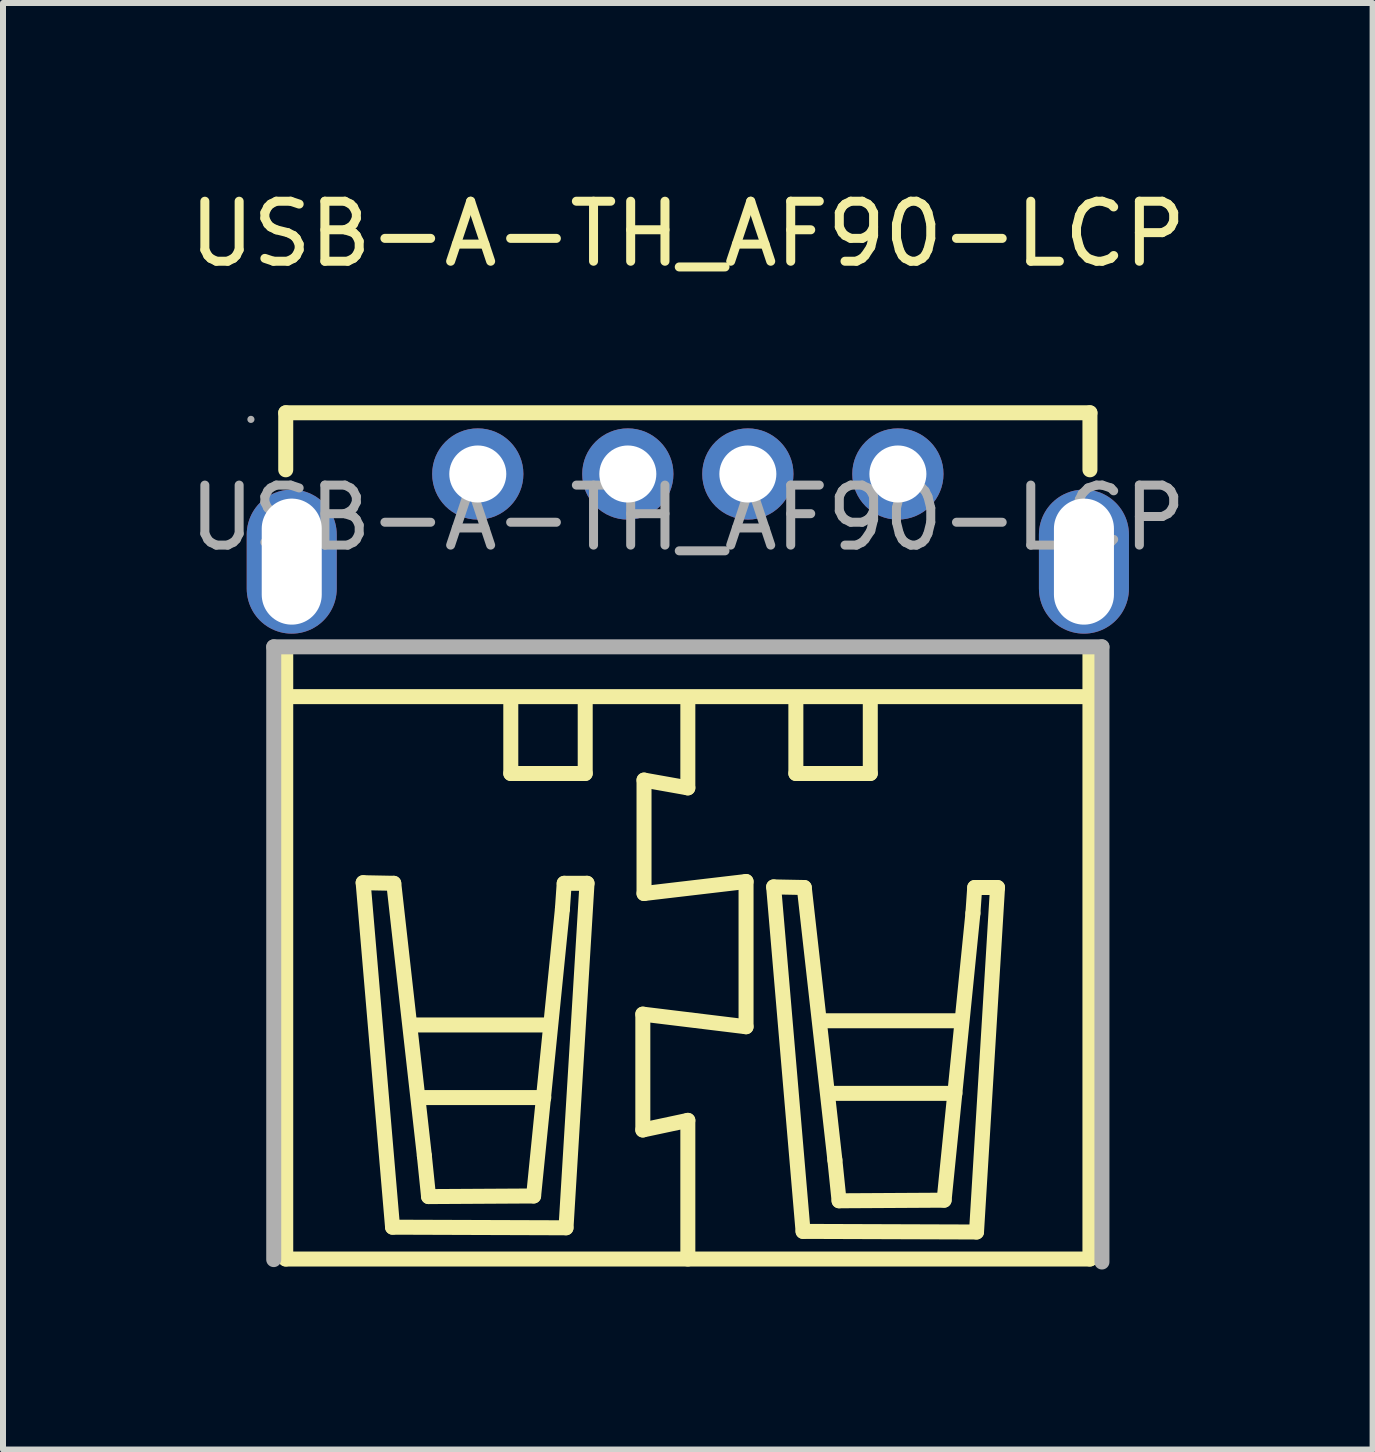
<source format=kicad_pcb>
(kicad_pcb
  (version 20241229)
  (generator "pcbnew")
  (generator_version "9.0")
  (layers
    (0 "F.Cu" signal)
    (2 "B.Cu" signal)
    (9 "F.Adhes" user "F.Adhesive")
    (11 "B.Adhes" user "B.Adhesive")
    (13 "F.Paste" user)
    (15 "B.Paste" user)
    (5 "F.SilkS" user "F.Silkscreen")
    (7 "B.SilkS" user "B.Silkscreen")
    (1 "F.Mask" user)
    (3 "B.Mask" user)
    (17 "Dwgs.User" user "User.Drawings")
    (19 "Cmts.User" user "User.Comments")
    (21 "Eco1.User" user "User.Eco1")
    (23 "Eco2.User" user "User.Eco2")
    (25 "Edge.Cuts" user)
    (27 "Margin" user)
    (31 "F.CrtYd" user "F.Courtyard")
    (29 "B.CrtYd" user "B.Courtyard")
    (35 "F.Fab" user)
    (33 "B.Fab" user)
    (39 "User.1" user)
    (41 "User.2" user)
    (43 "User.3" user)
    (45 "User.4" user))
  (footprint "USB-A-TH_AF90-LCP"
    (layer "F.Cu")
    (at 8.411 5.578)
    (property "Reference" "USB-A-TH_AF90-LCP" (at 0 -4.73 0) (layer "F.SilkS") (effects (font (size 1 1) (thickness 0.15))))
    (attr through_hole)
    (fp_line (start -6.7 -1.75) (end -6.7 -0.8) (stroke (width 0.25) (type solid)) (layer "F.SilkS"))
    (fp_line (start -6.7 -1.75) (end 6.7 -1.75) (stroke (width 0.25) (type solid)) (layer "F.SilkS"))
    (fp_line (start -6.7 2.25) (end -6.7 12.35) (stroke (width 0.25) (type solid)) (layer "F.SilkS"))
    (fp_line (start -6.7 2.98) (end 6.7 2.98) (stroke (width 0.25) (type solid)) (layer "F.SilkS"))
    (fp_line (start -6.7 12.35) (end 6.7 12.35) (stroke (width 0.25) (type solid)) (layer "F.SilkS"))
    (fp_line (start -5.41 6.08) (end -4.9 6.09) (stroke (width 0.25) (type solid)) (layer "F.SilkS"))
    (fp_line (start -4.92 11.82) (end -5.41 6.08) (stroke (width 0.25) (type solid)) (layer "F.SilkS"))
    (fp_line (start -4.9 6.09) (end -4.39 10.63) (stroke (width 0.25) (type solid)) (layer "F.SilkS"))
    (fp_line (start -4.57 8.45) (end -2.31 8.45) (stroke (width 0.25) (type solid)) (layer "F.SilkS"))
    (fp_line (start -4.43 9.66) (end -2.4 9.66) (stroke (width 0.25) (type solid)) (layer "F.SilkS"))
    (fp_line (start -4.39 10.63) (end -4.32 11.31) (stroke (width 0.25) (type solid)) (layer "F.SilkS"))
    (fp_line (start -4.32 11.31) (end -2.57 11.3) (stroke (width 0.25) (type solid)) (layer "F.SilkS"))
    (fp_line (start -2.95 3.05) (end -2.95 4.26) (stroke (width 0.25) (type solid)) (layer "F.SilkS"))
    (fp_line (start -2.95 4.26) (end -1.71 4.26) (stroke (width 0.25) (type solid)) (layer "F.SilkS"))
    (fp_line (start -2.57 11.3) (end -2.09 6.52) (stroke (width 0.25) (type solid)) (layer "F.SilkS"))
    (fp_line (start -2.09 6.52) (end -2.06 6.09) (stroke (width 0.25) (type solid)) (layer "F.SilkS"))
    (fp_line (start -2.06 6.09) (end -1.68 6.09) (stroke (width 0.25) (type solid)) (layer "F.SilkS"))
    (fp_line (start -2.03 11.83) (end -4.92 11.82) (stroke (width 0.25) (type solid)) (layer "F.SilkS"))
    (fp_line (start -1.71 4.26) (end -1.71 3.04) (stroke (width 0.25) (type solid)) (layer "F.SilkS"))
    (fp_line (start -1.68 6.09) (end -2.03 11.83) (stroke (width 0.25) (type solid)) (layer "F.SilkS"))
    (fp_line (start -0.75 8.27) (end -0.75 10.2) (stroke (width 0.25) (type solid)) (layer "F.SilkS"))
    (fp_line (start -0.75 10.2) (end 0 10.04) (stroke (width 0.25) (type solid)) (layer "F.SilkS"))
    (fp_line (start -0.73 4.37) (end -0.73 6.26) (stroke (width 0.25) (type solid)) (layer "F.SilkS"))
    (fp_line (start -0.73 6.26) (end 0.97 6.06) (stroke (width 0.25) (type solid)) (layer "F.SilkS"))
    (fp_line (start 0 3.05) (end 0 4.5) (stroke (width 0.25) (type solid)) (layer "F.SilkS"))
    (fp_line (start 0 4.5) (end -0.73 4.37) (stroke (width 0.25) (type solid)) (layer "F.SilkS"))
    (fp_line (start 0 10.04) (end 0 12.35) (stroke (width 0.25) (type solid)) (layer "F.SilkS"))
    (fp_line (start 0.97 6.06) (end 0.97 8.48) (stroke (width 0.25) (type solid)) (layer "F.SilkS"))
    (fp_line (start 0.97 8.48) (end -0.75 8.27) (stroke (width 0.25) (type solid)) (layer "F.SilkS"))
    (fp_line (start 1.43 6.15) (end 1.94 6.16) (stroke (width 0.25) (type solid)) (layer "F.SilkS"))
    (fp_line (start 1.8 3.05) (end 1.8 4.26) (stroke (width 0.25) (type solid)) (layer "F.SilkS"))
    (fp_line (start 1.8 4.26) (end 3.04 4.26) (stroke (width 0.25) (type solid)) (layer "F.SilkS"))
    (fp_line (start 1.92 11.89) (end 1.43 6.15) (stroke (width 0.25) (type solid)) (layer "F.SilkS"))
    (fp_line (start 1.94 6.16) (end 2.45 10.7) (stroke (width 0.25) (type solid)) (layer "F.SilkS"))
    (fp_line (start 2.28 8.38) (end 4.54 8.38) (stroke (width 0.25) (type solid)) (layer "F.SilkS"))
    (fp_line (start 2.42 9.59) (end 4.45 9.59) (stroke (width 0.25) (type solid)) (layer "F.SilkS"))
    (fp_line (start 2.45 10.7) (end 2.52 11.38) (stroke (width 0.25) (type solid)) (layer "F.SilkS"))
    (fp_line (start 2.52 11.38) (end 4.27 11.37) (stroke (width 0.25) (type solid)) (layer "F.SilkS"))
    (fp_line (start 3.04 4.26) (end 3.04 3.04) (stroke (width 0.25) (type solid)) (layer "F.SilkS"))
    (fp_line (start 4.27 11.37) (end 4.75 6.59) (stroke (width 0.25) (type solid)) (layer "F.SilkS"))
    (fp_line (start 4.75 6.59) (end 4.78 6.16) (stroke (width 0.25) (type solid)) (layer "F.SilkS"))
    (fp_line (start 4.78 6.16) (end 5.16 6.16) (stroke (width 0.25) (type solid)) (layer "F.SilkS"))
    (fp_line (start 4.81 11.9) (end 1.92 11.89) (stroke (width 0.25) (type solid)) (layer "F.SilkS"))
    (fp_line (start 5.16 6.16) (end 4.81 11.9) (stroke (width 0.25) (type solid)) (layer "F.SilkS"))
    (fp_line (start 6.7 -1.75) (end 6.7 -0.8) (stroke (width 0.25) (type solid)) (layer "F.SilkS"))
    (fp_line (start 6.7 2.25) (end 6.7 12.35) (stroke (width 0.25) (type solid)) (layer "F.SilkS"))
    (fp_line (start -6.9 2.15) (end -6.9 12.36) (stroke (width 0.25) (type solid)) (layer "F.Fab"))
    (fp_line (start -6.9 2.15) (end 6.9 2.15) (stroke (width 0.25) (type solid)) (layer "F.Fab"))
    (fp_line (start 6.9 2.15) (end 6.9 12.4) (stroke (width 0.25) (type solid)) (layer "F.Fab"))
    (fp_circle (center -7.28 -1.64) (end -7.25 -1.64) (stroke (width 0.06) (type solid)) (fill no) (layer "F.Fab"))
    (fp_circle (center -3.5 -0.73) (end -3.32 -0.73) (stroke (width 0.36) (type solid)) (fill no) (layer "F.Fab"))
    (fp_circle (center -1 -0.73) (end -0.82 -0.73) (stroke (width 0.36) (type solid)) (fill no) (layer "F.Fab"))
    (fp_circle (center 1 -0.73) (end 1.18 -0.73) (stroke (width 0.36) (type solid)) (fill no) (layer "F.Fab"))
    (fp_circle (center 3.5 -0.73) (end 3.68 -0.73) (stroke (width 0.36) (type solid)) (fill no) (layer "F.Fab"))
    (fp_text user "${REFERENCE}" (at 0 0 0) (layer "F.Fab") (effects (font (size 1 1) (thickness 0.15))))
    (pad "1" thru_hole circle (at -3.5 -0.73) (size 1.52 1.52) (drill 0.95) (layers "*.Cu" "*.Mask"))
    (pad "2" thru_hole circle (at -1 -0.73) (size 1.52 1.52) (drill 0.95) (layers "*.Cu" "*.Mask"))
    (pad "3" thru_hole circle (at 1 -0.73) (size 1.52 1.52) (drill 0.95) (layers "*.Cu" "*.Mask"))
    (pad "4" thru_hole circle (at 3.5 -0.73) (size 1.52 1.52) (drill 0.95) (layers "*.Cu" "*.Mask"))
    (pad "5" thru_hole oval (at 6.6 0.73 90) (size 2.4 1.5) (drill oval 2.1 1) (layers "*.Cu" "*.Mask"))
    (pad "6" thru_hole oval (at -6.6 0.73 270) (size 2.4 1.5) (drill oval 2.1 1) (layers "*.Cu" "*.Mask")))
  (gr_rect
    (start -3 -3)
    (end 19.821 21.103)
    (stroke (width 0.1) (type default))
    (fill no)
    (layer "Edge.Cuts")))
</source>
